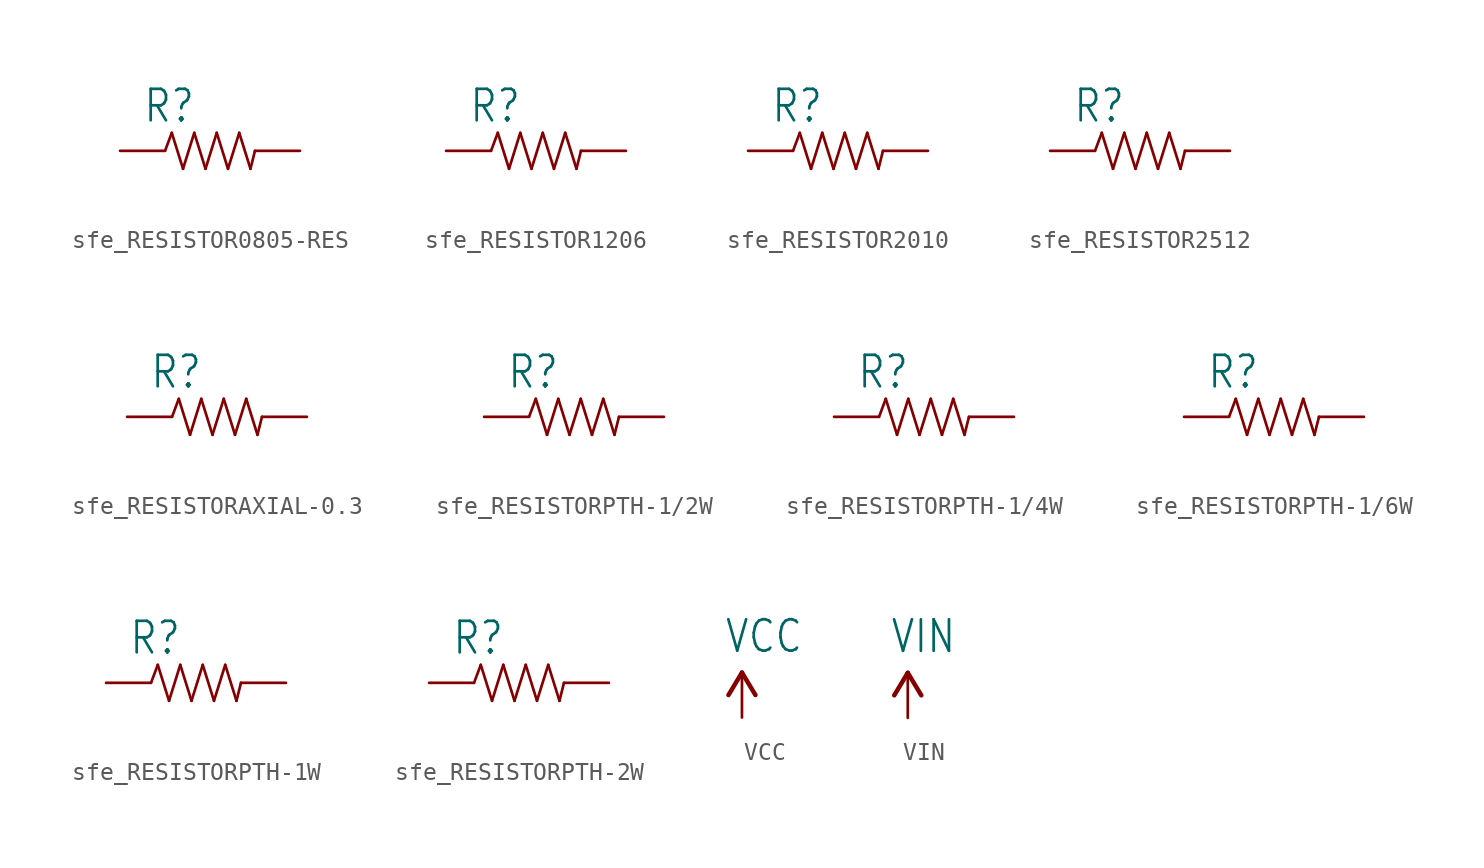
<source format=kicad_sym>
(kicad_symbol_lib
  (version 20220914)
  (generator kicad_symbol_editor)
  (symbol "sfe_RESISTOR0805-RES"
    (property "Reference" "R"
      (at -3.81 1.499 0)
      (effects (font (size 1.778 1.511)) (justify left bottom)))
    (property "Value" ""
      (at -3.81 -3.302 0)
      (effects (font (size 1.778 1.511)) (justify left bottom)))
    (property "ki_locked" ""
      (at 0 0 0)
      (effects (font (size 1.27 1.27))))
    (symbol "sfe_RESISTOR0805-RES_1_0"
      (polyline (pts (xy -2.54 0) (xy -2.159 1.016)) (stroke (width 0.152) (type solid)) (fill (type none)))
      (polyline (pts (xy -2.159 1.016) (xy -1.524 -1.016)) (stroke (width 0.152) (type solid)) (fill (type none)))
      (polyline (pts (xy -1.524 -1.016) (xy -0.889 1.016)) (stroke (width 0.152) (type solid)) (fill (type none)))
      (polyline (pts (xy -0.889 1.016) (xy -0.254 -1.016)) (stroke (width 0.152) (type solid)) (fill (type none)))
      (polyline (pts (xy -0.254 -1.016) (xy 0.381 1.016)) (stroke (width 0.152) (type solid)) (fill (type none)))
      (polyline (pts (xy 0.381 1.016) (xy 1.016 -1.016)) (stroke (width 0.152) (type solid)) (fill (type none)))
      (polyline (pts (xy 1.016 -1.016) (xy 1.651 1.016)) (stroke (width 0.152) (type solid)) (fill (type none)))
      (polyline (pts (xy 1.651 1.016) (xy 2.286 -1.016)) (stroke (width 0.152) (type solid)) (fill (type none)))
      (polyline (pts (xy 2.286 -1.016) (xy 2.54 0)) (stroke (width 0.152) (type solid)) (fill (type none)))
      (pin passive line (at -5.08 0 0) (length 2.54) (name "1" (effects (font (size 0 0)))) (number "1" (effects (font (size 0 0)))))
      (pin passive line (at 5.08 0 180) (length 2.54) (name "2" (effects (font (size 0 0)))) (number "2" (effects (font (size 0 0)))))))
  (symbol "sfe_RESISTOR1206"
    (property "Reference" "R"
      (at -3.81 1.499 0)
      (effects (font (size 1.778 1.511)) (justify left bottom)))
    (property "Value" ""
      (at -3.81 -3.302 0)
      (effects (font (size 1.778 1.511)) (justify left bottom)))
    (property "ki_locked" ""
      (at 0 0 0)
      (effects (font (size 1.27 1.27))))
    (symbol "sfe_RESISTOR1206_1_0"
      (polyline (pts (xy -2.54 0) (xy -2.159 1.016)) (stroke (width 0.152) (type solid)) (fill (type none)))
      (polyline (pts (xy -2.159 1.016) (xy -1.524 -1.016)) (stroke (width 0.152) (type solid)) (fill (type none)))
      (polyline (pts (xy -1.524 -1.016) (xy -0.889 1.016)) (stroke (width 0.152) (type solid)) (fill (type none)))
      (polyline (pts (xy -0.889 1.016) (xy -0.254 -1.016)) (stroke (width 0.152) (type solid)) (fill (type none)))
      (polyline (pts (xy -0.254 -1.016) (xy 0.381 1.016)) (stroke (width 0.152) (type solid)) (fill (type none)))
      (polyline (pts (xy 0.381 1.016) (xy 1.016 -1.016)) (stroke (width 0.152) (type solid)) (fill (type none)))
      (polyline (pts (xy 1.016 -1.016) (xy 1.651 1.016)) (stroke (width 0.152) (type solid)) (fill (type none)))
      (polyline (pts (xy 1.651 1.016) (xy 2.286 -1.016)) (stroke (width 0.152) (type solid)) (fill (type none)))
      (polyline (pts (xy 2.286 -1.016) (xy 2.54 0)) (stroke (width 0.152) (type solid)) (fill (type none)))
      (pin passive line (at -5.08 0 0) (length 2.54) (name "1" (effects (font (size 0 0)))) (number "1" (effects (font (size 0 0)))))
      (pin passive line (at 5.08 0 180) (length 2.54) (name "2" (effects (font (size 0 0)))) (number "2" (effects (font (size 0 0)))))))
  (symbol "sfe_RESISTOR2010"
    (property "Reference" "R"
      (at -3.81 1.499 0)
      (effects (font (size 1.778 1.511)) (justify left bottom)))
    (property "Value" ""
      (at -3.81 -3.302 0)
      (effects (font (size 1.778 1.511)) (justify left bottom)))
    (property "ki_locked" ""
      (at 0 0 0)
      (effects (font (size 1.27 1.27))))
    (symbol "sfe_RESISTOR2010_1_0"
      (polyline (pts (xy -2.54 0) (xy -2.159 1.016)) (stroke (width 0.152) (type solid)) (fill (type none)))
      (polyline (pts (xy -2.159 1.016) (xy -1.524 -1.016)) (stroke (width 0.152) (type solid)) (fill (type none)))
      (polyline (pts (xy -1.524 -1.016) (xy -0.889 1.016)) (stroke (width 0.152) (type solid)) (fill (type none)))
      (polyline (pts (xy -0.889 1.016) (xy -0.254 -1.016)) (stroke (width 0.152) (type solid)) (fill (type none)))
      (polyline (pts (xy -0.254 -1.016) (xy 0.381 1.016)) (stroke (width 0.152) (type solid)) (fill (type none)))
      (polyline (pts (xy 0.381 1.016) (xy 1.016 -1.016)) (stroke (width 0.152) (type solid)) (fill (type none)))
      (polyline (pts (xy 1.016 -1.016) (xy 1.651 1.016)) (stroke (width 0.152) (type solid)) (fill (type none)))
      (polyline (pts (xy 1.651 1.016) (xy 2.286 -1.016)) (stroke (width 0.152) (type solid)) (fill (type none)))
      (polyline (pts (xy 2.286 -1.016) (xy 2.54 0)) (stroke (width 0.152) (type solid)) (fill (type none)))
      (pin passive line (at -5.08 0 0) (length 2.54) (name "1" (effects (font (size 0 0)))) (number "1" (effects (font (size 0 0)))))
      (pin passive line (at 5.08 0 180) (length 2.54) (name "2" (effects (font (size 0 0)))) (number "2" (effects (font (size 0 0)))))))
  (symbol "sfe_RESISTOR2512"
    (property "Reference" "R"
      (at -3.81 1.499 0)
      (effects (font (size 1.778 1.511)) (justify left bottom)))
    (property "Value" ""
      (at -3.81 -3.302 0)
      (effects (font (size 1.778 1.511)) (justify left bottom)))
    (property "ki_locked" ""
      (at 0 0 0)
      (effects (font (size 1.27 1.27))))
    (symbol "sfe_RESISTOR2512_1_0"
      (polyline (pts (xy -2.54 0) (xy -2.159 1.016)) (stroke (width 0.152) (type solid)) (fill (type none)))
      (polyline (pts (xy -2.159 1.016) (xy -1.524 -1.016)) (stroke (width 0.152) (type solid)) (fill (type none)))
      (polyline (pts (xy -1.524 -1.016) (xy -0.889 1.016)) (stroke (width 0.152) (type solid)) (fill (type none)))
      (polyline (pts (xy -0.889 1.016) (xy -0.254 -1.016)) (stroke (width 0.152) (type solid)) (fill (type none)))
      (polyline (pts (xy -0.254 -1.016) (xy 0.381 1.016)) (stroke (width 0.152) (type solid)) (fill (type none)))
      (polyline (pts (xy 0.381 1.016) (xy 1.016 -1.016)) (stroke (width 0.152) (type solid)) (fill (type none)))
      (polyline (pts (xy 1.016 -1.016) (xy 1.651 1.016)) (stroke (width 0.152) (type solid)) (fill (type none)))
      (polyline (pts (xy 1.651 1.016) (xy 2.286 -1.016)) (stroke (width 0.152) (type solid)) (fill (type none)))
      (polyline (pts (xy 2.286 -1.016) (xy 2.54 0)) (stroke (width 0.152) (type solid)) (fill (type none)))
      (pin passive line (at -5.08 0 0) (length 2.54) (name "1" (effects (font (size 0 0)))) (number "1" (effects (font (size 0 0)))))
      (pin passive line (at 5.08 0 180) (length 2.54) (name "2" (effects (font (size 0 0)))) (number "2" (effects (font (size 0 0)))))))
  (symbol "sfe_RESISTORAXIAL-0.3"
    (property "Reference" "R"
      (at -3.81 1.499 0)
      (effects (font (size 1.778 1.511)) (justify left bottom)))
    (property "Value" ""
      (at -3.81 -3.302 0)
      (effects (font (size 1.778 1.511)) (justify left bottom)))
    (property "ki_locked" ""
      (at 0 0 0)
      (effects (font (size 1.27 1.27))))
    (symbol "sfe_RESISTORAXIAL-0.3_1_0"
      (polyline (pts (xy -2.54 0) (xy -2.159 1.016)) (stroke (width 0.152) (type solid)) (fill (type none)))
      (polyline (pts (xy -2.159 1.016) (xy -1.524 -1.016)) (stroke (width 0.152) (type solid)) (fill (type none)))
      (polyline (pts (xy -1.524 -1.016) (xy -0.889 1.016)) (stroke (width 0.152) (type solid)) (fill (type none)))
      (polyline (pts (xy -0.889 1.016) (xy -0.254 -1.016)) (stroke (width 0.152) (type solid)) (fill (type none)))
      (polyline (pts (xy -0.254 -1.016) (xy 0.381 1.016)) (stroke (width 0.152) (type solid)) (fill (type none)))
      (polyline (pts (xy 0.381 1.016) (xy 1.016 -1.016)) (stroke (width 0.152) (type solid)) (fill (type none)))
      (polyline (pts (xy 1.016 -1.016) (xy 1.651 1.016)) (stroke (width 0.152) (type solid)) (fill (type none)))
      (polyline (pts (xy 1.651 1.016) (xy 2.286 -1.016)) (stroke (width 0.152) (type solid)) (fill (type none)))
      (polyline (pts (xy 2.286 -1.016) (xy 2.54 0)) (stroke (width 0.152) (type solid)) (fill (type none)))
      (pin passive line (at -5.08 0 0) (length 2.54) (name "1" (effects (font (size 0 0)))) (number "P$1" (effects (font (size 0 0)))))
      (pin passive line (at 5.08 0 180) (length 2.54) (name "2" (effects (font (size 0 0)))) (number "P$2" (effects (font (size 0 0)))))))
  (symbol "sfe_RESISTORPTH-1/2W"
    (property "Reference" "R"
      (at -3.81 1.499 0)
      (effects (font (size 1.778 1.511)) (justify left bottom)))
    (property "Value" ""
      (at -3.81 -3.302 0)
      (effects (font (size 1.778 1.511)) (justify left bottom)))
    (property "ki_locked" ""
      (at 0 0 0)
      (effects (font (size 1.27 1.27))))
    (symbol "sfe_RESISTORPTH-1/2W_1_0"
      (polyline (pts (xy -2.54 0) (xy -2.159 1.016)) (stroke (width 0.152) (type solid)) (fill (type none)))
      (polyline (pts (xy -2.159 1.016) (xy -1.524 -1.016)) (stroke (width 0.152) (type solid)) (fill (type none)))
      (polyline (pts (xy -1.524 -1.016) (xy -0.889 1.016)) (stroke (width 0.152) (type solid)) (fill (type none)))
      (polyline (pts (xy -0.889 1.016) (xy -0.254 -1.016)) (stroke (width 0.152) (type solid)) (fill (type none)))
      (polyline (pts (xy -0.254 -1.016) (xy 0.381 1.016)) (stroke (width 0.152) (type solid)) (fill (type none)))
      (polyline (pts (xy 0.381 1.016) (xy 1.016 -1.016)) (stroke (width 0.152) (type solid)) (fill (type none)))
      (polyline (pts (xy 1.016 -1.016) (xy 1.651 1.016)) (stroke (width 0.152) (type solid)) (fill (type none)))
      (polyline (pts (xy 1.651 1.016) (xy 2.286 -1.016)) (stroke (width 0.152) (type solid)) (fill (type none)))
      (polyline (pts (xy 2.286 -1.016) (xy 2.54 0)) (stroke (width 0.152) (type solid)) (fill (type none)))
      (pin passive line (at -5.08 0 0) (length 2.54) (name "1" (effects (font (size 0 0)))) (number "P$1" (effects (font (size 0 0)))))
      (pin passive line (at 5.08 0 180) (length 2.54) (name "2" (effects (font (size 0 0)))) (number "P$2" (effects (font (size 0 0)))))))
  (symbol "sfe_RESISTORPTH-1/4W"
    (property "Reference" "R"
      (at -3.81 1.499 0)
      (effects (font (size 1.778 1.511)) (justify left bottom)))
    (property "Value" ""
      (at -3.81 -3.302 0)
      (effects (font (size 1.778 1.511)) (justify left bottom)))
    (property "ki_locked" ""
      (at 0 0 0)
      (effects (font (size 1.27 1.27))))
    (symbol "sfe_RESISTORPTH-1/4W_1_0"
      (polyline (pts (xy -2.54 0) (xy -2.159 1.016)) (stroke (width 0.152) (type solid)) (fill (type none)))
      (polyline (pts (xy -2.159 1.016) (xy -1.524 -1.016)) (stroke (width 0.152) (type solid)) (fill (type none)))
      (polyline (pts (xy -1.524 -1.016) (xy -0.889 1.016)) (stroke (width 0.152) (type solid)) (fill (type none)))
      (polyline (pts (xy -0.889 1.016) (xy -0.254 -1.016)) (stroke (width 0.152) (type solid)) (fill (type none)))
      (polyline (pts (xy -0.254 -1.016) (xy 0.381 1.016)) (stroke (width 0.152) (type solid)) (fill (type none)))
      (polyline (pts (xy 0.381 1.016) (xy 1.016 -1.016)) (stroke (width 0.152) (type solid)) (fill (type none)))
      (polyline (pts (xy 1.016 -1.016) (xy 1.651 1.016)) (stroke (width 0.152) (type solid)) (fill (type none)))
      (polyline (pts (xy 1.651 1.016) (xy 2.286 -1.016)) (stroke (width 0.152) (type solid)) (fill (type none)))
      (polyline (pts (xy 2.286 -1.016) (xy 2.54 0)) (stroke (width 0.152) (type solid)) (fill (type none)))
      (pin passive line (at -5.08 0 0) (length 2.54) (name "1" (effects (font (size 0 0)))) (number "P$1" (effects (font (size 0 0)))))
      (pin passive line (at 5.08 0 180) (length 2.54) (name "2" (effects (font (size 0 0)))) (number "P$2" (effects (font (size 0 0)))))))
  (symbol "sfe_RESISTORPTH-1/6W"
    (property "Reference" "R"
      (at -3.81 1.499 0)
      (effects (font (size 1.778 1.511)) (justify left bottom)))
    (property "Value" ""
      (at -3.81 -3.302 0)
      (effects (font (size 1.778 1.511)) (justify left bottom)))
    (property "ki_locked" ""
      (at 0 0 0)
      (effects (font (size 1.27 1.27))))
    (symbol "sfe_RESISTORPTH-1/6W_1_0"
      (polyline (pts (xy -2.54 0) (xy -2.159 1.016)) (stroke (width 0.152) (type solid)) (fill (type none)))
      (polyline (pts (xy -2.159 1.016) (xy -1.524 -1.016)) (stroke (width 0.152) (type solid)) (fill (type none)))
      (polyline (pts (xy -1.524 -1.016) (xy -0.889 1.016)) (stroke (width 0.152) (type solid)) (fill (type none)))
      (polyline (pts (xy -0.889 1.016) (xy -0.254 -1.016)) (stroke (width 0.152) (type solid)) (fill (type none)))
      (polyline (pts (xy -0.254 -1.016) (xy 0.381 1.016)) (stroke (width 0.152) (type solid)) (fill (type none)))
      (polyline (pts (xy 0.381 1.016) (xy 1.016 -1.016)) (stroke (width 0.152) (type solid)) (fill (type none)))
      (polyline (pts (xy 1.016 -1.016) (xy 1.651 1.016)) (stroke (width 0.152) (type solid)) (fill (type none)))
      (polyline (pts (xy 1.651 1.016) (xy 2.286 -1.016)) (stroke (width 0.152) (type solid)) (fill (type none)))
      (polyline (pts (xy 2.286 -1.016) (xy 2.54 0)) (stroke (width 0.152) (type solid)) (fill (type none)))
      (pin passive line (at -5.08 0 0) (length 2.54) (name "1" (effects (font (size 0 0)))) (number "1" (effects (font (size 0 0)))))
      (pin passive line (at 5.08 0 180) (length 2.54) (name "2" (effects (font (size 0 0)))) (number "2" (effects (font (size 0 0)))))))
  (symbol "sfe_RESISTORPTH-1W"
    (property "Reference" "R"
      (at -3.81 1.499 0)
      (effects (font (size 1.778 1.511)) (justify left bottom)))
    (property "Value" ""
      (at -3.81 -3.302 0)
      (effects (font (size 1.778 1.511)) (justify left bottom)))
    (property "ki_locked" ""
      (at 0 0 0)
      (effects (font (size 1.27 1.27))))
    (symbol "sfe_RESISTORPTH-1W_1_0"
      (polyline (pts (xy -2.54 0) (xy -2.159 1.016)) (stroke (width 0.152) (type solid)) (fill (type none)))
      (polyline (pts (xy -2.159 1.016) (xy -1.524 -1.016)) (stroke (width 0.152) (type solid)) (fill (type none)))
      (polyline (pts (xy -1.524 -1.016) (xy -0.889 1.016)) (stroke (width 0.152) (type solid)) (fill (type none)))
      (polyline (pts (xy -0.889 1.016) (xy -0.254 -1.016)) (stroke (width 0.152) (type solid)) (fill (type none)))
      (polyline (pts (xy -0.254 -1.016) (xy 0.381 1.016)) (stroke (width 0.152) (type solid)) (fill (type none)))
      (polyline (pts (xy 0.381 1.016) (xy 1.016 -1.016)) (stroke (width 0.152) (type solid)) (fill (type none)))
      (polyline (pts (xy 1.016 -1.016) (xy 1.651 1.016)) (stroke (width 0.152) (type solid)) (fill (type none)))
      (polyline (pts (xy 1.651 1.016) (xy 2.286 -1.016)) (stroke (width 0.152) (type solid)) (fill (type none)))
      (polyline (pts (xy 2.286 -1.016) (xy 2.54 0)) (stroke (width 0.152) (type solid)) (fill (type none)))
      (pin passive line (at -5.08 0 0) (length 2.54) (name "1" (effects (font (size 0 0)))) (number "P$1" (effects (font (size 0 0)))))
      (pin passive line (at 5.08 0 180) (length 2.54) (name "2" (effects (font (size 0 0)))) (number "P$2" (effects (font (size 0 0)))))))
  (symbol "sfe_RESISTORPTH-2W"
    (property "Reference" "R"
      (at -3.81 1.499 0)
      (effects (font (size 1.778 1.511)) (justify left bottom)))
    (property "Value" ""
      (at -3.81 -3.302 0)
      (effects (font (size 1.778 1.511)) (justify left bottom)))
    (property "ki_locked" ""
      (at 0 0 0)
      (effects (font (size 1.27 1.27))))
    (symbol "sfe_RESISTORPTH-2W_1_0"
      (polyline (pts (xy -2.54 0) (xy -2.159 1.016)) (stroke (width 0.152) (type solid)) (fill (type none)))
      (polyline (pts (xy -2.159 1.016) (xy -1.524 -1.016)) (stroke (width 0.152) (type solid)) (fill (type none)))
      (polyline (pts (xy -1.524 -1.016) (xy -0.889 1.016)) (stroke (width 0.152) (type solid)) (fill (type none)))
      (polyline (pts (xy -0.889 1.016) (xy -0.254 -1.016)) (stroke (width 0.152) (type solid)) (fill (type none)))
      (polyline (pts (xy -0.254 -1.016) (xy 0.381 1.016)) (stroke (width 0.152) (type solid)) (fill (type none)))
      (polyline (pts (xy 0.381 1.016) (xy 1.016 -1.016)) (stroke (width 0.152) (type solid)) (fill (type none)))
      (polyline (pts (xy 1.016 -1.016) (xy 1.651 1.016)) (stroke (width 0.152) (type solid)) (fill (type none)))
      (polyline (pts (xy 1.651 1.016) (xy 2.286 -1.016)) (stroke (width 0.152) (type solid)) (fill (type none)))
      (polyline (pts (xy 2.286 -1.016) (xy 2.54 0)) (stroke (width 0.152) (type solid)) (fill (type none)))
      (pin passive line (at -5.08 0 0) (length 2.54) (name "1" (effects (font (size 0 0)))) (number "P$1" (effects (font (size 0 0)))))
      (pin passive line (at 5.08 0 180) (length 2.54) (name "2" (effects (font (size 0 0)))) (number "P$2" (effects (font (size 0 0)))))))
  (symbol "VCC"
    (power)
    (property "Reference" "#P+"
      (at 0 0 0)
      (effects (font (size 1.27 1.27)) hide))
    (property "Value" "VCC"
      (at -1.016 3.556 0)
      (effects (font (size 1.778 1.511)) (justify left bottom)))
    (property "ki_locked" ""
      (at 0 0 0)
      (effects (font (size 1.27 1.27))))
    (symbol "VCC_1_0"
      (polyline (pts (xy 0 2.54) (xy -0.762 1.27)) (stroke (width 0.254) (type solid)) (fill (type none)))
      (polyline (pts (xy 0.762 1.27) (xy 0 2.54)) (stroke (width 0.254) (type solid)) (fill (type none)))
      (pin power_in line (at 0 0 90) (length 2.54) (name "VCC" (effects (font (size 0 0)))) (number "1" (effects (font (size 0 0)))))))
  (symbol "VIN"
    (power)
    (property "Reference" "#P+"
      (at 0 0 0)
      (effects (font (size 1.27 1.27)) hide))
    (property "Value" "VIN"
      (at -1.016 3.556 0)
      (effects (font (size 1.778 1.511)) (justify left bottom)))
    (property "ki_locked" ""
      (at 0 0 0)
      (effects (font (size 1.27 1.27))))
    (symbol "VIN_1_0"
      (polyline (pts (xy 0 2.54) (xy -0.762 1.27)) (stroke (width 0.254) (type solid)) (fill (type none)))
      (polyline (pts (xy 0.762 1.27) (xy 0 2.54)) (stroke (width 0.254) (type solid)) (fill (type none)))
      (pin power_in line (at 0 0 90) (length 2.54) (name "VIN" (effects (font (size 0 0)))) (number "1" (effects (font (size 0 0))))))))
</source>
